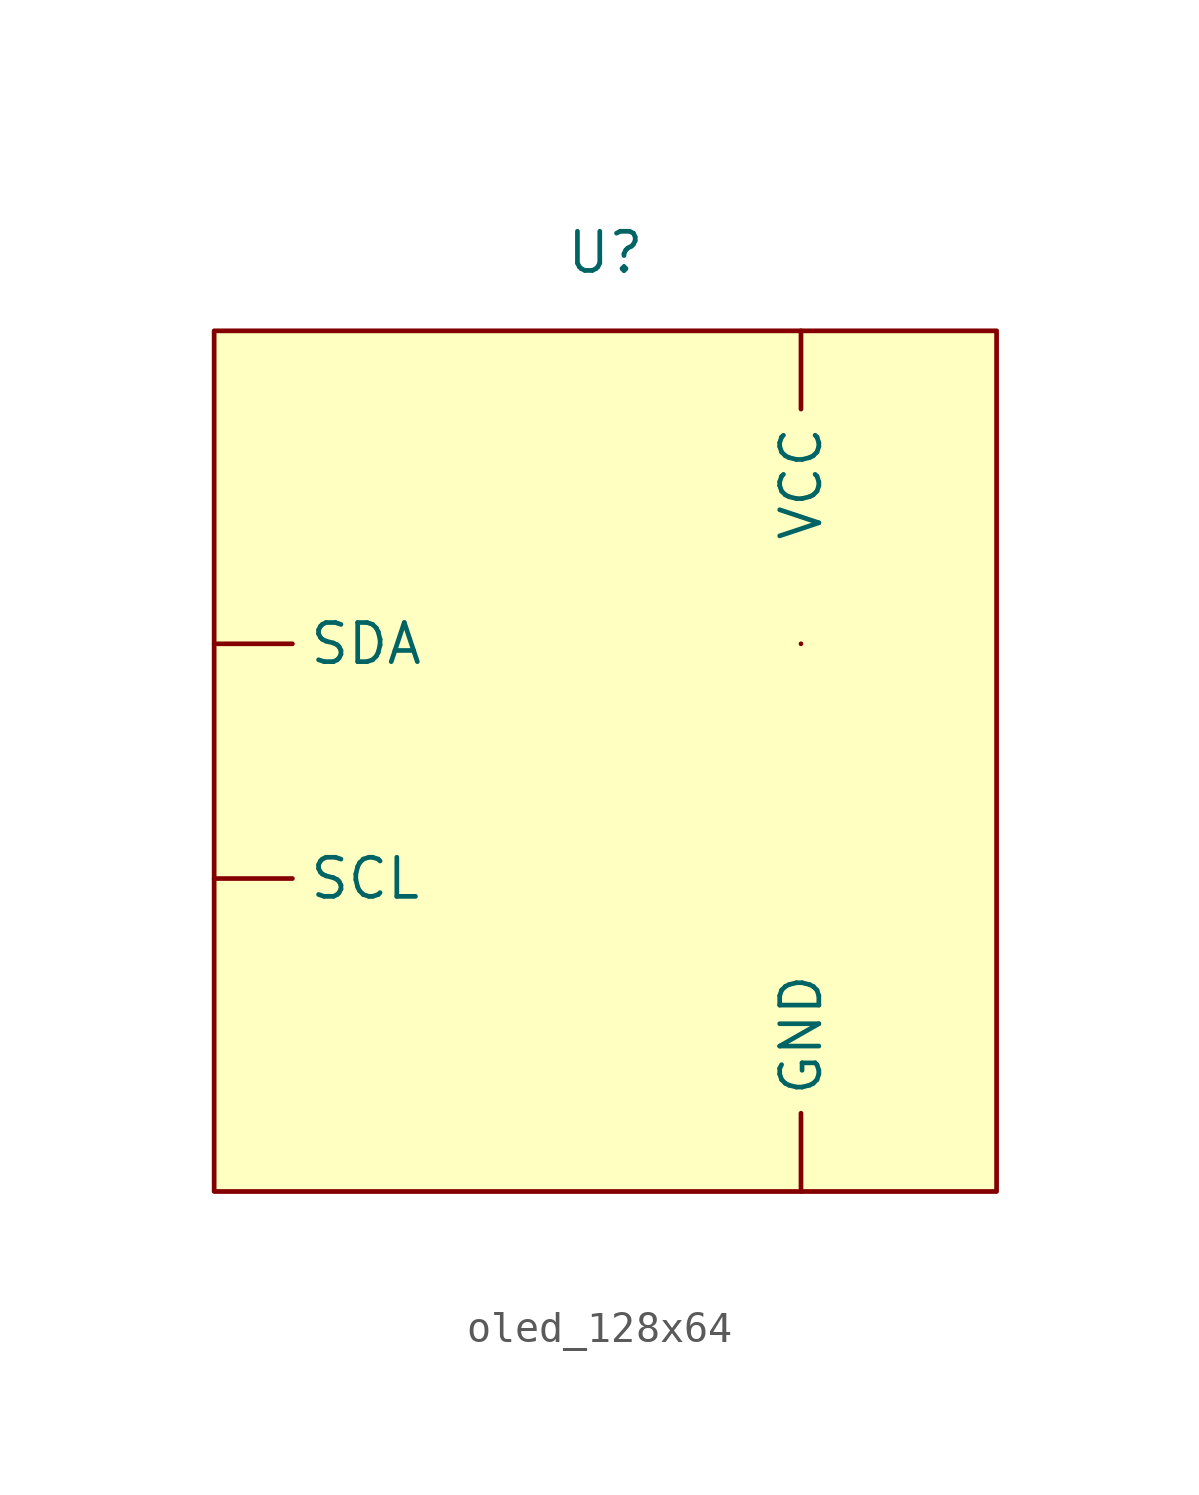
<source format=kicad_sym>
(kicad_symbol_lib
  (version 20220914)
  (generator kicad_symbol_editor)
  (symbol "oled_128x64"
    (property "Reference" "U"
      (at 0 16.51 0)
      (effects (font (size 1.27 1.27))))
    (property "Value" ""
      (at 0 3.81 0)
      (effects (font (size 1.27 1.27))))
    (symbol "oled_128x64_0_1"
      (arc (start 6.35 3.81) (mid 6.35 3.81) (end 6.35 3.81) (stroke (width 0) (type default)) (fill (type none))))
    (symbol "oled_128x64_1_1"
      (rectangle (start -12.7 13.97) (end 12.7 -13.97) (stroke (width 0) (type default)) (fill (type background)))
      (pin output line (at 6.35 -13.97 90) (length 2.54) (name "GND" (effects (font (size 1.27 1.27)))) (number "" (effects (font (size 1.27 1.27)))))
      (pin input line (at -12.7 -3.81 0) (length 2.54) (name "SCL" (effects (font (size 1.27 1.27)))) (number "" (effects (font (size 1.27 1.27)))))
      (pin input line (at -12.7 3.81 0) (length 2.54) (name "SDA" (effects (font (size 1.27 1.27)))) (number "" (effects (font (size 1.27 1.27)))))
      (pin input line (at 6.35 13.97 270) (length 2.54) (name "VCC" (effects (font (size 1.27 1.27)))) (number "" (effects (font (size 1.27 1.27))))))))
</source>
